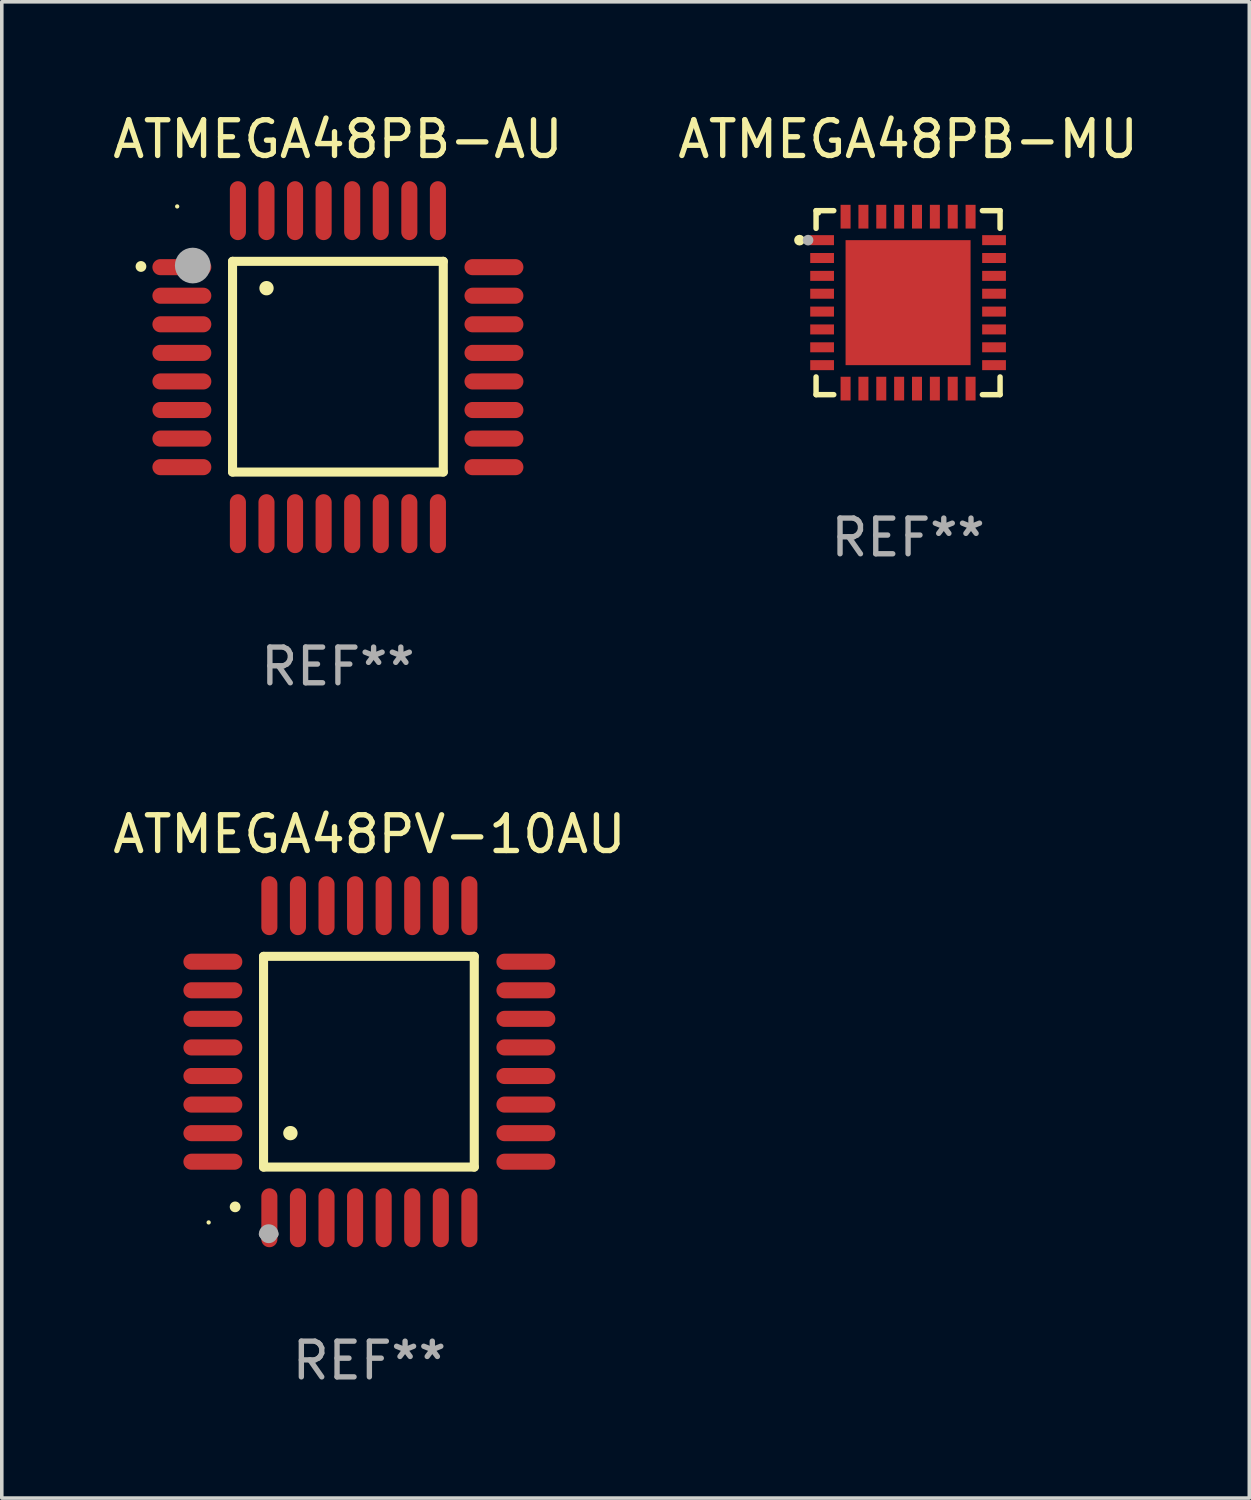
<source format=kicad_pcb>
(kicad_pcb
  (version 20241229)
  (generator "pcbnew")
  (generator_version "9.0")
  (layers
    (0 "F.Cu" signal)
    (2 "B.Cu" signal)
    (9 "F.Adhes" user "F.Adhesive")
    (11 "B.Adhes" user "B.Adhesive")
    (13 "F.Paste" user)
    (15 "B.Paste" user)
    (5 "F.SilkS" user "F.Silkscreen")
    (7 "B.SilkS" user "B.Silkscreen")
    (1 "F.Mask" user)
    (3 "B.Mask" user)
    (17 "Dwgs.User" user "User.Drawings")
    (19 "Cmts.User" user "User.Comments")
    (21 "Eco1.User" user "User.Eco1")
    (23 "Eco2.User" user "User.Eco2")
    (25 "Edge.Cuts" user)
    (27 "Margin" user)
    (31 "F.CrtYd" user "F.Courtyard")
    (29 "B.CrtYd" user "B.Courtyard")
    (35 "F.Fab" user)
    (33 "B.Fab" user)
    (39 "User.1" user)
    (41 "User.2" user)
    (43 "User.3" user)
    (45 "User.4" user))
  (footprint "ATMEGA48PV-10AU"
    (layer "F.Cu")
    (at 7.292 26.677)
    (property "Reference" "ATMEGA48PV-10AU" (at 0 -6.369 0) (layer "F.SilkS") (effects (font (size 1 1) (thickness 0.15))))
    (attr through_hole)
    (fp_line (start -2.963 -2.95) (end -2.963 2.95) (stroke (width 0.254) (type solid)) (layer "F.SilkS"))
    (fp_line (start -2.963 2.95) (end 2.937 2.95) (stroke (width 0.254) (type solid)) (layer "F.SilkS"))
    (fp_line (start 2.937 -2.95) (end -2.963 -2.95) (stroke (width 0.254) (type solid)) (layer "F.SilkS"))
    (fp_line (start 2.937 2.95) (end 2.937 -2.95) (stroke (width 0.254) (type solid)) (layer "F.SilkS"))
    (fp_arc (start -3.759208 4.064008) (mid -3.757938 4.064003) (end -3.756668 4.064008) (stroke (width 0.3) (type solid)) (layer "F.SilkS"))
    (fp_arc (start -2.212344 1.998984) (mid -2.211074 1.99898) (end -2.209804 1.998984) (stroke (width 0.4) (type solid)) (layer "F.SilkS"))
    (fp_circle (center -4.5 4.5) (end -4.47 4.5) (stroke (width 0.06) (type solid)) (fill no) (layer "F.SilkS"))
    (fp_arc (start -2.967489 4.82601) (mid -2.819406 4.677927) (end -2.671323 4.82601) (stroke (width 0.254001) (type solid)) (layer "F.Fab"))
    (fp_arc (start -2.967488 4.82601) (mid -2.819406 4.791053) (end -2.671324 4.82601) (stroke (width 0.254001) (type solid)) (layer "F.Fab"))
    (fp_circle (center -2.819 4.826) (end -2.692 4.826) (stroke (width 0.254) (type solid)) (fill no) (layer "F.Fab"))
    (fp_text user "REF**" (at 0 8.369 0) (layer "F.Fab") (effects (font (size 1 1) (thickness 0.15))))
    (pad "1" smd oval (at -2.8 4.369) (size 0.45 1.65) (layers "F.Cu" "F.Mask" "F.Paste"))
    (pad "2" smd oval (at -2 4.369) (size 0.45 1.65) (layers "F.Cu" "F.Mask" "F.Paste"))
    (pad "3" smd oval (at -1.2 4.369) (size 0.45 1.65) (layers "F.Cu" "F.Mask" "F.Paste"))
    (pad "4" smd oval (at -0.4 4.369) (size 0.45 1.65) (layers "F.Cu" "F.Mask" "F.Paste"))
    (pad "5" smd oval (at 0.4 4.369) (size 0.45 1.65) (layers "F.Cu" "F.Mask" "F.Paste"))
    (pad "6" smd oval (at 1.2 4.369) (size 0.45 1.65) (layers "F.Cu" "F.Mask" "F.Paste"))
    (pad "7" smd oval (at 2 4.369) (size 0.45 1.65) (layers "F.Cu" "F.Mask" "F.Paste"))
    (pad "8" smd oval (at 2.8 4.369) (size 0.45 1.65) (layers "F.Cu" "F.Mask" "F.Paste"))
    (pad "9" smd oval (at 4.382 2.8) (size 1.65 0.45) (layers "F.Cu" "F.Mask" "F.Paste"))
    (pad "10" smd oval (at 4.382 2) (size 1.65 0.45) (layers "F.Cu" "F.Mask" "F.Paste"))
    (pad "11" smd oval (at 4.382 1.2) (size 1.65 0.45) (layers "F.Cu" "F.Mask" "F.Paste"))
    (pad "12" smd oval (at 4.382 0.4) (size 1.65 0.45) (layers "F.Cu" "F.Mask" "F.Paste"))
    (pad "13" smd oval (at 4.382 -0.4) (size 1.65 0.45) (layers "F.Cu" "F.Mask" "F.Paste"))
    (pad "14" smd oval (at 4.382 -1.2) (size 1.65 0.45) (layers "F.Cu" "F.Mask" "F.Paste"))
    (pad "15" smd oval (at 4.382 -2) (size 1.65 0.45) (layers "F.Cu" "F.Mask" "F.Paste"))
    (pad "16" smd oval (at 4.382 -2.8) (size 1.65 0.45) (layers "F.Cu" "F.Mask" "F.Paste"))
    (pad "17" smd oval (at 2.8 -4.369) (size 0.45 1.65) (layers "F.Cu" "F.Mask" "F.Paste"))
    (pad "18" smd oval (at 2 -4.369) (size 0.45 1.65) (layers "F.Cu" "F.Mask" "F.Paste"))
    (pad "19" smd oval (at 1.2 -4.369) (size 0.45 1.65) (layers "F.Cu" "F.Mask" "F.Paste"))
    (pad "20" smd oval (at 0.4 -4.369) (size 0.45 1.65) (layers "F.Cu" "F.Mask" "F.Paste"))
    (pad "21" smd oval (at -0.4 -4.369) (size 0.45 1.65) (layers "F.Cu" "F.Mask" "F.Paste"))
    (pad "22" smd oval (at -1.2 -4.369) (size 0.45 1.65) (layers "F.Cu" "F.Mask" "F.Paste"))
    (pad "23" smd oval (at -2 -4.369) (size 0.45 1.65) (layers "F.Cu" "F.Mask" "F.Paste"))
    (pad "24" smd oval (at -2.8 -4.369) (size 0.45 1.65) (layers "F.Cu" "F.Mask" "F.Paste"))
    (pad "25" smd oval (at -4.382 -2.8) (size 1.65 0.45) (layers "F.Cu" "F.Mask" "F.Paste"))
    (pad "26" smd oval (at -4.382 -2) (size 1.65 0.45) (layers "F.Cu" "F.Mask" "F.Paste"))
    (pad "27" smd oval (at -4.382 -1.2) (size 1.65 0.45) (layers "F.Cu" "F.Mask" "F.Paste"))
    (pad "28" smd oval (at -4.382 -0.4) (size 1.65 0.45) (layers "F.Cu" "F.Mask" "F.Paste"))
    (pad "29" smd oval (at -4.382 0.4) (size 1.65 0.45) (layers "F.Cu" "F.Mask" "F.Paste"))
    (pad "30" smd oval (at -4.382 1.2) (size 1.65 0.45) (layers "F.Cu" "F.Mask" "F.Paste"))
    (pad "31" smd oval (at -4.382 2) (size 1.65 0.45) (layers "F.Cu" "F.Mask" "F.Paste"))
    (pad "32" smd oval (at -4.382 2.8) (size 1.65 0.45) (layers "F.Cu" "F.Mask" "F.Paste")))
  (footprint "ATMEGA48PB-AU"
    (layer "F.Cu")
    (at 6.411 7.23)
    (property "Reference" "ATMEGA48PB-AU" (at 0 -6.382 0) (layer "F.SilkS") (effects (font (size 1 1) (thickness 0.15))))
    (attr through_hole)
    (fp_line (start -2.95 -2.963) (end -2.95 2.937) (stroke (width 0.254) (type solid)) (layer "F.SilkS"))
    (fp_line (start -2.95 2.937) (end 2.95 2.937) (stroke (width 0.254) (type solid)) (layer "F.SilkS"))
    (fp_line (start 2.95 -2.963) (end -2.95 -2.963) (stroke (width 0.254) (type solid)) (layer "F.SilkS"))
    (fp_line (start 2.95 2.937) (end 2.95 -2.963) (stroke (width 0.254) (type solid)) (layer "F.SilkS"))
    (fp_arc (start -5.514199 -2.818136) (mid -5.514204 -2.819406) (end -5.514199 -2.820676) (stroke (width 0.3) (type solid)) (layer "F.SilkS"))
    (fp_arc (start -1.998984 -2.209804) (mid -1.998988 -2.211074) (end -1.998984 -2.212344) (stroke (width 0.4) (type solid)) (layer "F.SilkS"))
    (fp_circle (center -4.5 -4.5) (end -4.47 -4.5) (stroke (width 0.06) (type solid)) (fill no) (layer "F.SilkS"))
    (fp_circle (center -4.064 -2.845) (end -3.814 -2.845) (stroke (width 0.5) (type solid)) (fill no) (layer "F.Fab"))
    (fp_text user "REF**" (at 0 8.382 0) (layer "F.Fab") (effects (font (size 1 1) (thickness 0.15))))
    (pad "1" smd oval (at -4.369 -2.8 90) (size 0.45 1.65) (layers "F.Cu" "F.Mask" "F.Paste"))
    (pad "2" smd oval (at -4.369 -2 90) (size 0.45 1.65) (layers "F.Cu" "F.Mask" "F.Paste"))
    (pad "3" smd oval (at -4.369 -1.2 90) (size 0.45 1.65) (layers "F.Cu" "F.Mask" "F.Paste"))
    (pad "4" smd oval (at -4.369 -0.4 90) (size 0.45 1.65) (layers "F.Cu" "F.Mask" "F.Paste"))
    (pad "5" smd oval (at -4.369 0.4 90) (size 0.45 1.65) (layers "F.Cu" "F.Mask" "F.Paste"))
    (pad "6" smd oval (at -4.369 1.2 90) (size 0.45 1.65) (layers "F.Cu" "F.Mask" "F.Paste"))
    (pad "7" smd oval (at -4.369 2 90) (size 0.45 1.65) (layers "F.Cu" "F.Mask" "F.Paste"))
    (pad "8" smd oval (at -4.369 2.8 90) (size 0.45 1.65) (layers "F.Cu" "F.Mask" "F.Paste"))
    (pad "9" smd oval (at -2.8 4.382) (size 0.45 1.65) (layers "F.Cu" "F.Mask" "F.Paste"))
    (pad "10" smd oval (at -2 4.382) (size 0.45 1.65) (layers "F.Cu" "F.Mask" "F.Paste"))
    (pad "11" smd oval (at -1.2 4.382) (size 0.45 1.65) (layers "F.Cu" "F.Mask" "F.Paste"))
    (pad "12" smd oval (at -0.4 4.382) (size 0.45 1.65) (layers "F.Cu" "F.Mask" "F.Paste"))
    (pad "13" smd oval (at 0.4 4.382) (size 0.45 1.65) (layers "F.Cu" "F.Mask" "F.Paste"))
    (pad "14" smd oval (at 1.2 4.382) (size 0.45 1.65) (layers "F.Cu" "F.Mask" "F.Paste"))
    (pad "15" smd oval (at 2 4.382) (size 0.45 1.65) (layers "F.Cu" "F.Mask" "F.Paste"))
    (pad "16" smd oval (at 2.8 4.382) (size 0.45 1.65) (layers "F.Cu" "F.Mask" "F.Paste"))
    (pad "17" smd oval (at 4.369 2.8 90) (size 0.45 1.65) (layers "F.Cu" "F.Mask" "F.Paste"))
    (pad "18" smd oval (at 4.369 2 90) (size 0.45 1.65) (layers "F.Cu" "F.Mask" "F.Paste"))
    (pad "19" smd oval (at 4.369 1.2 90) (size 0.45 1.65) (layers "F.Cu" "F.Mask" "F.Paste"))
    (pad "20" smd oval (at 4.369 0.4 90) (size 0.45 1.65) (layers "F.Cu" "F.Mask" "F.Paste"))
    (pad "21" smd oval (at 4.369 -0.4 90) (size 0.45 1.65) (layers "F.Cu" "F.Mask" "F.Paste"))
    (pad "22" smd oval (at 4.369 -1.2 90) (size 0.45 1.65) (layers "F.Cu" "F.Mask" "F.Paste"))
    (pad "23" smd oval (at 4.369 -2 90) (size 0.45 1.65) (layers "F.Cu" "F.Mask" "F.Paste"))
    (pad "24" smd oval (at 4.369 -2.8 90) (size 0.45 1.65) (layers "F.Cu" "F.Mask" "F.Paste"))
    (pad "25" smd oval (at 2.8 -4.382) (size 0.45 1.65) (layers "F.Cu" "F.Mask" "F.Paste"))
    (pad "26" smd oval (at 2 -4.382) (size 0.45 1.65) (layers "F.Cu" "F.Mask" "F.Paste"))
    (pad "27" smd oval (at 1.2 -4.382) (size 0.45 1.65) (layers "F.Cu" "F.Mask" "F.Paste"))
    (pad "28" smd oval (at 0.4 -4.382) (size 0.45 1.65) (layers "F.Cu" "F.Mask" "F.Paste"))
    (pad "29" smd oval (at -0.4 -4.382) (size 0.45 1.65) (layers "F.Cu" "F.Mask" "F.Paste"))
    (pad "30" smd oval (at -1.2 -4.382) (size 0.45 1.65) (layers "F.Cu" "F.Mask" "F.Paste"))
    (pad "31" smd oval (at -2 -4.382) (size 0.45 1.65) (layers "F.Cu" "F.Mask" "F.Paste"))
    (pad "32" smd oval (at -2.8 -4.382) (size 0.45 1.65) (layers "F.Cu" "F.Mask" "F.Paste")))
  (footprint "ATMEGA48PB-MU"
    (layer "F.Cu")
    (at 22.375 5.424)
    (property "Reference" "ATMEGA48PB-MU" (at 0 -4.576 0) (layer "F.SilkS") (effects (font (size 1 1) (thickness 0.15))))
    (attr through_hole)
    (fp_line (start -2.576 -2.576) (end -2.576 -2.08) (stroke (width 0.152) (type solid)) (layer "F.SilkS"))
    (fp_line (start -2.576 2.576) (end -2.576 2.08) (stroke (width 0.152) (type solid)) (layer "F.SilkS"))
    (fp_line (start -2.08 -2.576) (end -2.576 -2.576) (stroke (width 0.152) (type solid)) (layer "F.SilkS"))
    (fp_line (start -2.08 2.576) (end -2.576 2.576) (stroke (width 0.152) (type solid)) (layer "F.SilkS"))
    (fp_line (start 2.08 -2.576) (end 2.576 -2.576) (stroke (width 0.152) (type solid)) (layer "F.SilkS"))
    (fp_line (start 2.08 2.576) (end 2.576 2.576) (stroke (width 0.152) (type solid)) (layer "F.SilkS"))
    (fp_line (start 2.576 -2.576) (end 2.576 -2.08) (stroke (width 0.152) (type solid)) (layer "F.SilkS"))
    (fp_line (start 2.576 2.576) (end 2.576 2.08) (stroke (width 0.152) (type solid)) (layer "F.SilkS"))
    (fp_circle (center -3.04 -1.75) (end -2.965 -1.75) (stroke (width 0.15) (type solid)) (fill no) (layer "F.SilkS"))
    (fp_circle (center -2.5 -2.5) (end -2.47 -2.5) (stroke (width 0.06) (type solid)) (fill no) (layer "F.SilkS"))
    (fp_circle (center -2.8 -1.75) (end -2.725 -1.75) (stroke (width 0.15) (type solid)) (fill no) (layer "F.Fab"))
    (fp_text user "REF**" (at 0 6.576 0) (layer "F.Fab") (effects (font (size 1 1) (thickness 0.15))))
    (pad "1" smd rect (at -2.407 -1.75) (size 0.665 0.28) (layers "F.Cu" "F.Mask" "F.Paste"))
    (pad "2" smd rect (at -2.407 -1.25) (size 0.665 0.28) (layers "F.Cu" "F.Mask" "F.Paste"))
    (pad "3" smd rect (at -2.407 -0.75) (size 0.665 0.28) (layers "F.Cu" "F.Mask" "F.Paste"))
    (pad "4" smd rect (at -2.407 -0.25) (size 0.665 0.28) (layers "F.Cu" "F.Mask" "F.Paste"))
    (pad "5" smd rect (at -2.407 0.25) (size 0.665 0.28) (layers "F.Cu" "F.Mask" "F.Paste"))
    (pad "6" smd rect (at -2.407 0.75) (size 0.665 0.28) (layers "F.Cu" "F.Mask" "F.Paste"))
    (pad "7" smd rect (at -2.407 1.25) (size 0.665 0.28) (layers "F.Cu" "F.Mask" "F.Paste"))
    (pad "8" smd rect (at -2.407 1.75) (size 0.665 0.28) (layers "F.Cu" "F.Mask" "F.Paste"))
    (pad "9" smd rect (at -1.75 2.407) (size 0.28 0.665) (layers "F.Cu" "F.Mask" "F.Paste"))
    (pad "10" smd rect (at -1.25 2.407) (size 0.28 0.665) (layers "F.Cu" "F.Mask" "F.Paste"))
    (pad "11" smd rect (at -0.75 2.407) (size 0.28 0.665) (layers "F.Cu" "F.Mask" "F.Paste"))
    (pad "12" smd rect (at -0.25 2.407) (size 0.28 0.665) (layers "F.Cu" "F.Mask" "F.Paste"))
    (pad "13" smd rect (at 0.25 2.407) (size 0.28 0.665) (layers "F.Cu" "F.Mask" "F.Paste"))
    (pad "14" smd rect (at 0.75 2.407) (size 0.28 0.665) (layers "F.Cu" "F.Mask" "F.Paste"))
    (pad "15" smd rect (at 1.25 2.407) (size 0.28 0.665) (layers "F.Cu" "F.Mask" "F.Paste"))
    (pad "16" smd rect (at 1.75 2.407) (size 0.28 0.665) (layers "F.Cu" "F.Mask" "F.Paste"))
    (pad "17" smd rect (at 2.407 1.75) (size 0.665 0.28) (layers "F.Cu" "F.Mask" "F.Paste"))
    (pad "18" smd rect (at 2.407 1.25) (size 0.665 0.28) (layers "F.Cu" "F.Mask" "F.Paste"))
    (pad "19" smd rect (at 2.407 0.75) (size 0.665 0.28) (layers "F.Cu" "F.Mask" "F.Paste"))
    (pad "20" smd rect (at 2.407 0.25) (size 0.665 0.28) (layers "F.Cu" "F.Mask" "F.Paste"))
    (pad "21" smd rect (at 2.407 -0.25) (size 0.665 0.28) (layers "F.Cu" "F.Mask" "F.Paste"))
    (pad "22" smd rect (at 2.407 -0.75) (size 0.665 0.28) (layers "F.Cu" "F.Mask" "F.Paste"))
    (pad "23" smd rect (at 2.407 -1.25) (size 0.665 0.28) (layers "F.Cu" "F.Mask" "F.Paste"))
    (pad "24" smd rect (at 2.407 -1.75) (size 0.665 0.28) (layers "F.Cu" "F.Mask" "F.Paste"))
    (pad "25" smd rect (at 1.75 -2.407) (size 0.28 0.665) (layers "F.Cu" "F.Mask" "F.Paste"))
    (pad "26" smd rect (at 1.25 -2.407) (size 0.28 0.665) (layers "F.Cu" "F.Mask" "F.Paste"))
    (pad "27" smd rect (at 0.75 -2.407) (size 0.28 0.665) (layers "F.Cu" "F.Mask" "F.Paste"))
    (pad "28" smd rect (at 0.25 -2.407) (size 0.28 0.665) (layers "F.Cu" "F.Mask" "F.Paste"))
    (pad "29" smd rect (at -0.25 -2.407) (size 0.28 0.665) (layers "F.Cu" "F.Mask" "F.Paste"))
    (pad "30" smd rect (at -0.75 -2.407) (size 0.28 0.665) (layers "F.Cu" "F.Mask" "F.Paste"))
    (pad "31" smd rect (at -1.25 -2.407) (size 0.28 0.665) (layers "F.Cu" "F.Mask" "F.Paste"))
    (pad "32" smd rect (at -1.75 -2.407) (size 0.28 0.665) (layers "F.Cu" "F.Mask" "F.Paste"))
    (pad "33" smd rect (at 0 0) (size 3.5 3.5) (layers "F.Cu" "F.Mask" "F.Paste")))
  (gr_rect
    (start -3 -3)
    (end 31.929 38.894)
    (stroke (width 0.1) (type default))
    (fill no)
    (layer "Edge.Cuts")))
</source>
